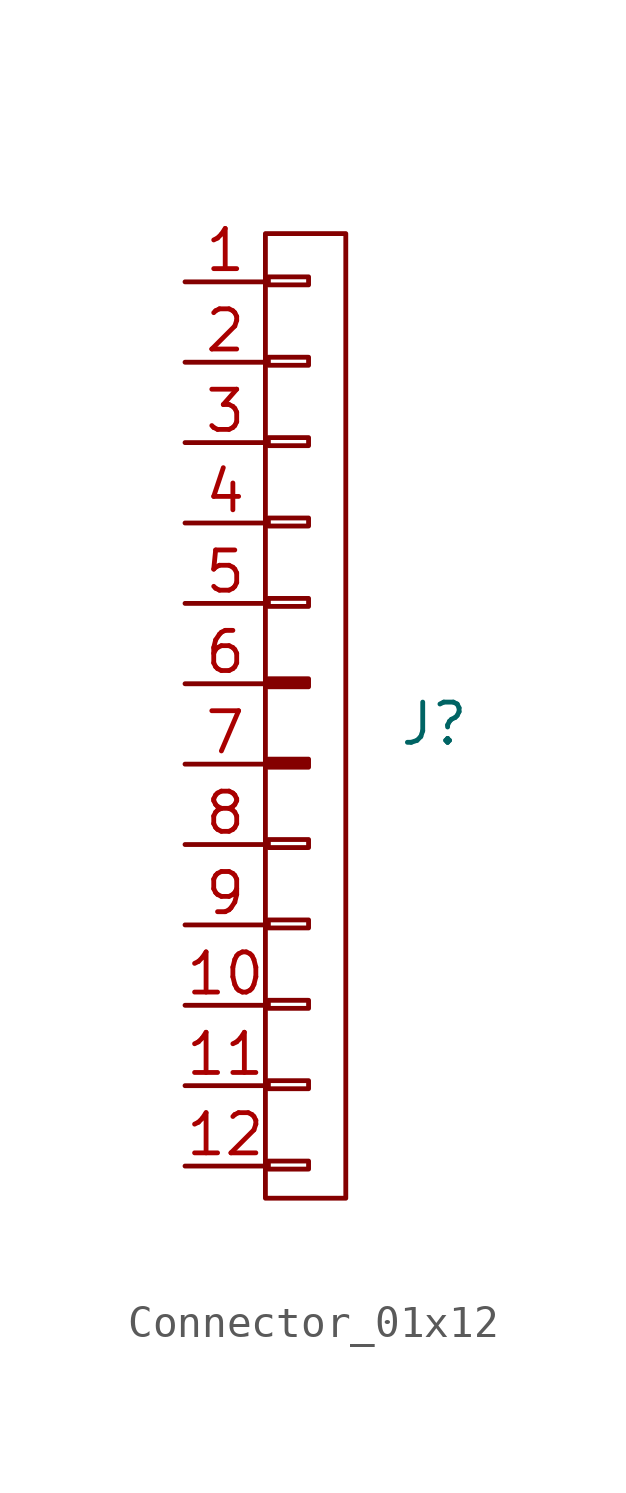
<source format=kicad_sym>
(kicad_symbol_lib
  (version 20241209)
  (generator "kicad_symbol_editor")
  (generator_version "9.0")
  (symbol "Connector_01x12"
    (property "Reference" "J"
      (at 4.064 0 0)
      (effects (font (size 1.27 1.27))))
    (property "Value" ""
      (at 0 0 0)
      (effects (font (size 1.27 1.27))))
    (symbol "Connector_01x12_0_1"
      (rectangle (start -1.27 15.494) (end 1.27 -14.986) (stroke (width 0) (type default)) (fill (type none)))
      (polyline (pts (xy -1.176 14.128) (xy -1.176 13.874) (xy 0.094 13.874) (xy 0.094 14.128) (xy -1.176 14.128)) (stroke (width 0) (type default)) (fill (type none)))
      (polyline (pts (xy -1.176 11.588) (xy -1.176 11.334) (xy 0.094 11.334) (xy 0.094 11.588) (xy -1.176 11.588)) (stroke (width 0) (type default)) (fill (type none)))
      (polyline (pts (xy -1.176 9.048) (xy -1.176 8.794) (xy 0.094 8.794) (xy 0.094 9.048) (xy -1.176 9.048)) (stroke (width 0) (type default)) (fill (type none)))
      (polyline (pts (xy -1.176 6.508) (xy -1.176 6.254) (xy 0.094 6.254) (xy 0.094 6.508) (xy -1.176 6.508)) (stroke (width 0) (type default)) (fill (type none)))
      (polyline (pts (xy -1.176 3.968) (xy -1.176 3.714) (xy 0.094 3.714) (xy 0.094 3.968) (xy -1.176 3.968)) (stroke (width 0) (type default)) (fill (type none)))
      (polyline (pts (xy -1.176 -3.652) (xy -1.176 -3.906) (xy 0.094 -3.906) (xy 0.094 -3.652) (xy -1.176 -3.652)) (stroke (width 0) (type default)) (fill (type none)))
      (polyline (pts (xy -1.176 -6.192) (xy -1.176 -6.446) (xy 0.094 -6.446) (xy 0.094 -6.192) (xy -1.176 -6.192)) (stroke (width 0) (type default)) (fill (type none)))
      (polyline (pts (xy -1.176 -8.732) (xy -1.176 -8.986) (xy 0.094 -8.986) (xy 0.094 -8.732) (xy -1.176 -8.732)) (stroke (width 0) (type default)) (fill (type none)))
      (polyline (pts (xy -1.176 -11.272) (xy -1.176 -11.526) (xy 0.094 -11.526) (xy 0.094 -11.272) (xy -1.176 -11.272)) (stroke (width 0) (type default)) (fill (type none)))
      (polyline (pts (xy -1.176 -13.812) (xy -1.176 -14.066) (xy 0.094 -14.066) (xy 0.094 -13.812) (xy -1.176 -13.812)) (stroke (width 0) (type default)) (fill (type none))))
    (symbol "Connector_01x12_1_1"
      (polyline (pts (xy -1.176 1.428) (xy -1.176 1.174) (xy 0.094 1.174) (xy 0.094 1.428) (xy -1.176 1.428)) (stroke (width 0) (type solid)) (fill (type outline)))
      (polyline (pts (xy -1.176 -1.112) (xy -1.176 -1.366) (xy 0.094 -1.366) (xy 0.094 -1.112) (xy -1.176 -1.112)) (stroke (width 0) (type solid)) (fill (type outline)))
      (pin passive line (at -3.81 13.97 0) (length 2.54) (name "" (effects (font (size 1.27 1.27)))) (number "1" (effects (font (size 1.27 1.27)))))
      (pin passive line (at -3.81 11.43 0) (length 2.54) (name "" (effects (font (size 1.27 1.27)))) (number "2" (effects (font (size 1.27 1.27)))))
      (pin passive line (at -3.81 8.89 0) (length 2.54) (name "" (effects (font (size 1.27 1.27)))) (number "3" (effects (font (size 1.27 1.27)))))
      (pin passive line (at -3.81 6.35 0) (length 2.54) (name "" (effects (font (size 1.27 1.27)))) (number "4" (effects (font (size 1.27 1.27)))))
      (pin passive line (at -3.81 3.81 0) (length 2.54) (name "" (effects (font (size 1.27 1.27)))) (number "5" (effects (font (size 1.27 1.27)))))
      (pin passive line (at -3.81 1.27 0) (length 2.54) (name "" (effects (font (size 1.27 1.27)))) (number "6" (effects (font (size 1.27 1.27)))))
      (pin passive line (at -3.81 -1.27 0) (length 2.54) (name "" (effects (font (size 1.27 1.27)))) (number "7" (effects (font (size 1.27 1.27)))))
      (pin passive line (at -3.81 -3.81 0) (length 2.54) (name "" (effects (font (size 1.27 1.27)))) (number "8" (effects (font (size 1.27 1.27)))))
      (pin passive line (at -3.81 -6.35 0) (length 2.54) (name "" (effects (font (size 1.27 1.27)))) (number "9" (effects (font (size 1.27 1.27)))))
      (pin passive line (at -3.81 -8.89 0) (length 2.54) (name "" (effects (font (size 1.27 1.27)))) (number "10" (effects (font (size 1.27 1.27)))))
      (pin passive line (at -3.81 -11.43 0) (length 2.54) (name "" (effects (font (size 1.27 1.27)))) (number "11" (effects (font (size 1.27 1.27)))))
      (pin passive line (at -3.81 -13.97 0) (length 2.54) (name "" (effects (font (size 1.27 1.27)))) (number "12" (effects (font (size 1.27 1.27))))))))
</source>
